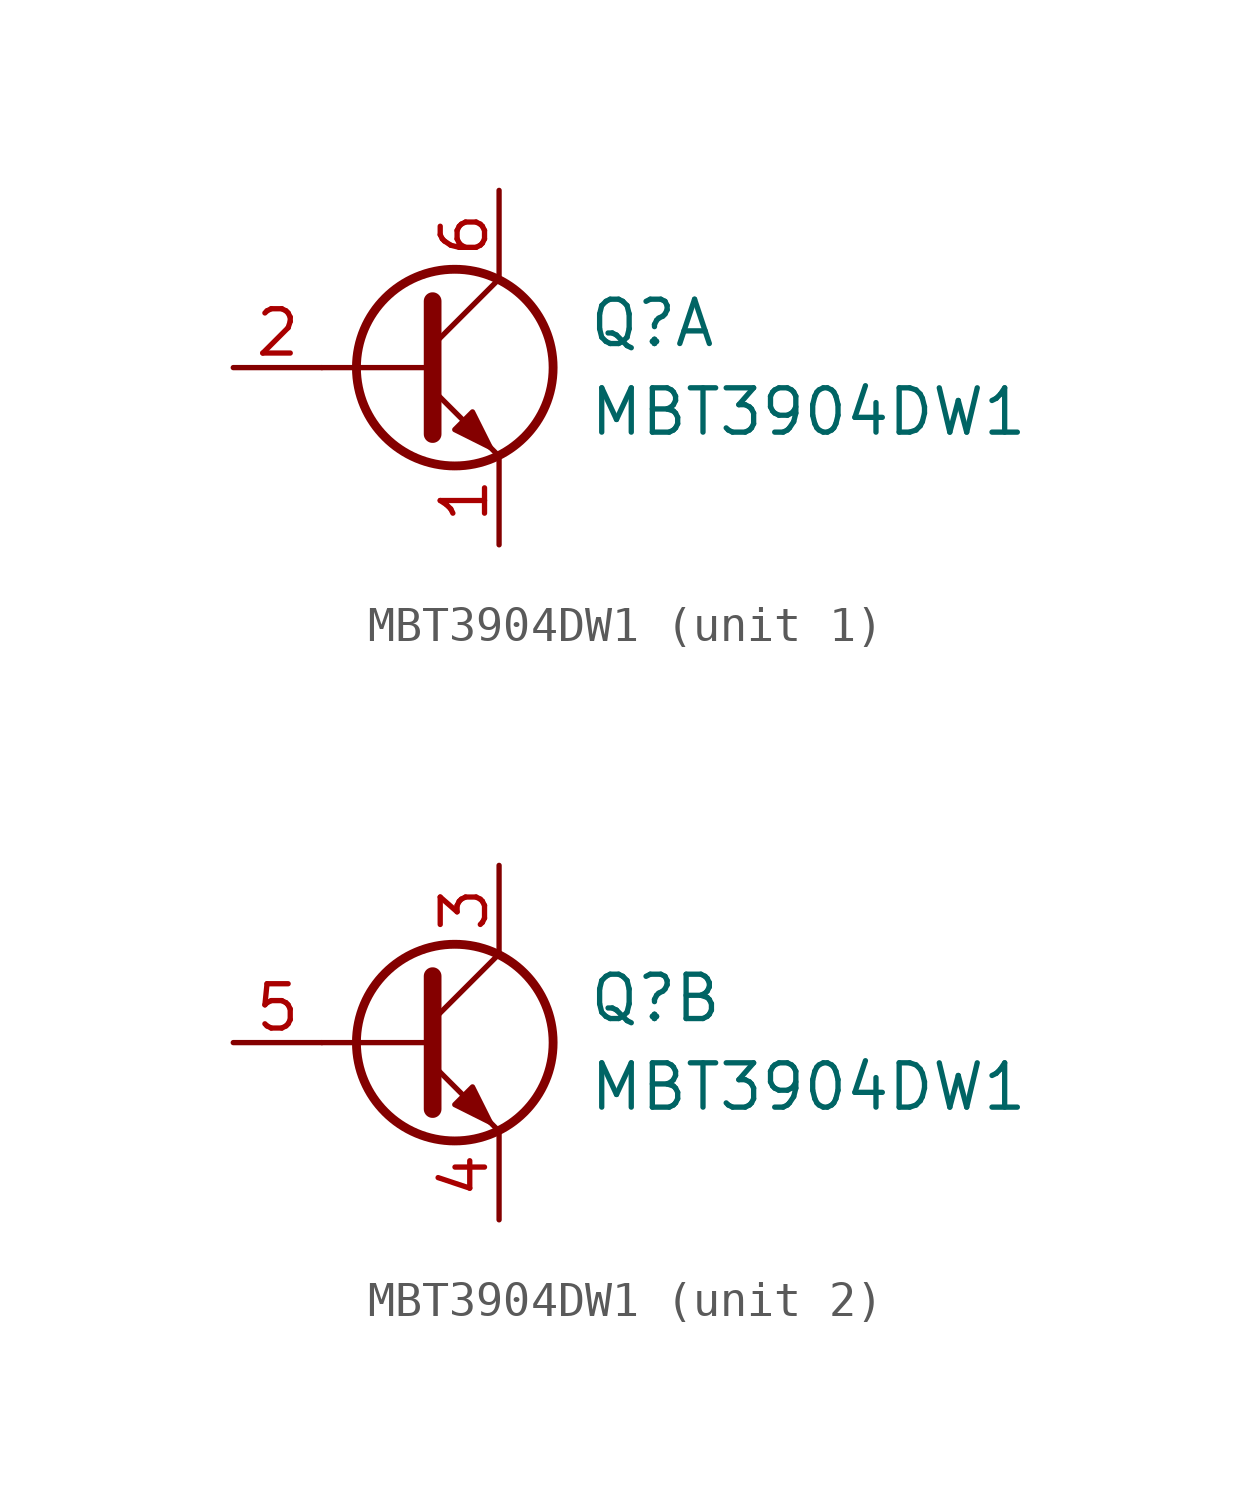
<source format=kicad_sym>
(kicad_symbol_lib
  (version 20211014)
  (generator kicad_symbol_editor)
  (symbol "MBT3904DW1"
    (pin_names
      (offset 0) hide)
    (property "Reference" "Q"
      (at 5.08 1.27 0)
      (effects (font (size 1.27 1.27)) (justify left)))
    (property "Value" "MBT3904DW1"
      (at 5.08 -1.27 0)
      (effects (font (size 1.27 1.27)) (justify left)))
    (property "ki_locked" ""
      (at 0 0 0)
      (effects (font (size 1.27 1.27))))
    (symbol "MBT3904DW1_0_1"
      (polyline (pts (xy 0.635 0) (xy -2.54 0)) (stroke (width 0) (type default) (color 0 0 0 0)) (fill (type none)))
      (polyline (pts (xy 0.635 0.635) (xy 2.54 2.54)) (stroke (width 0) (type default) (color 0 0 0 0)) (fill (type none)))
      (polyline (pts (xy 0.635 -0.635) (xy 2.54 -2.54) (xy 2.54 -2.54)) (stroke (width 0) (type default) (color 0 0 0 0)) (fill (type none)))
      (polyline (pts (xy 0.635 1.905) (xy 0.635 -1.905) (xy 0.635 -1.905)) (stroke (width 0.508) (type default) (color 0 0 0 0)) (fill (type none)))
      (polyline (pts (xy 1.27 -1.778) (xy 1.778 -1.27) (xy 2.286 -2.286) (xy 1.27 -1.778) (xy 1.27 -1.778)) (stroke (width 0) (type default) (color 0 0 0 0)) (fill (type outline)))
      (circle (center 1.27 0) (radius 2.819) (stroke (width 0.254) (type default) (color 0 0 0 0)) (fill (type none))))
    (symbol "MBT3904DW1_1_1"
      (pin passive line (at 2.54 -5.08 90) (length 2.54) (name "E1" (effects (font (size 1.27 1.27)))) (number "1" (effects (font (size 1.27 1.27)))))
      (pin input line (at -5.08 0 0) (length 2.54) (name "B1" (effects (font (size 1.27 1.27)))) (number "2" (effects (font (size 1.27 1.27)))))
      (pin passive line (at 2.54 5.08 270) (length 2.54) (name "C1" (effects (font (size 1.27 1.27)))) (number "6" (effects (font (size 1.27 1.27))))))
    (symbol "MBT3904DW1_2_1"
      (pin passive line (at 2.54 5.08 270) (length 2.54) (name "C2" (effects (font (size 1.27 1.27)))) (number "3" (effects (font (size 1.27 1.27)))))
      (pin passive line (at 2.54 -5.08 90) (length 2.54) (name "E2" (effects (font (size 1.27 1.27)))) (number "4" (effects (font (size 1.27 1.27)))))
      (pin input line (at -5.08 0 0) (length 2.54) (name "B2" (effects (font (size 1.27 1.27)))) (number "5" (effects (font (size 1.27 1.27))))))))
</source>
